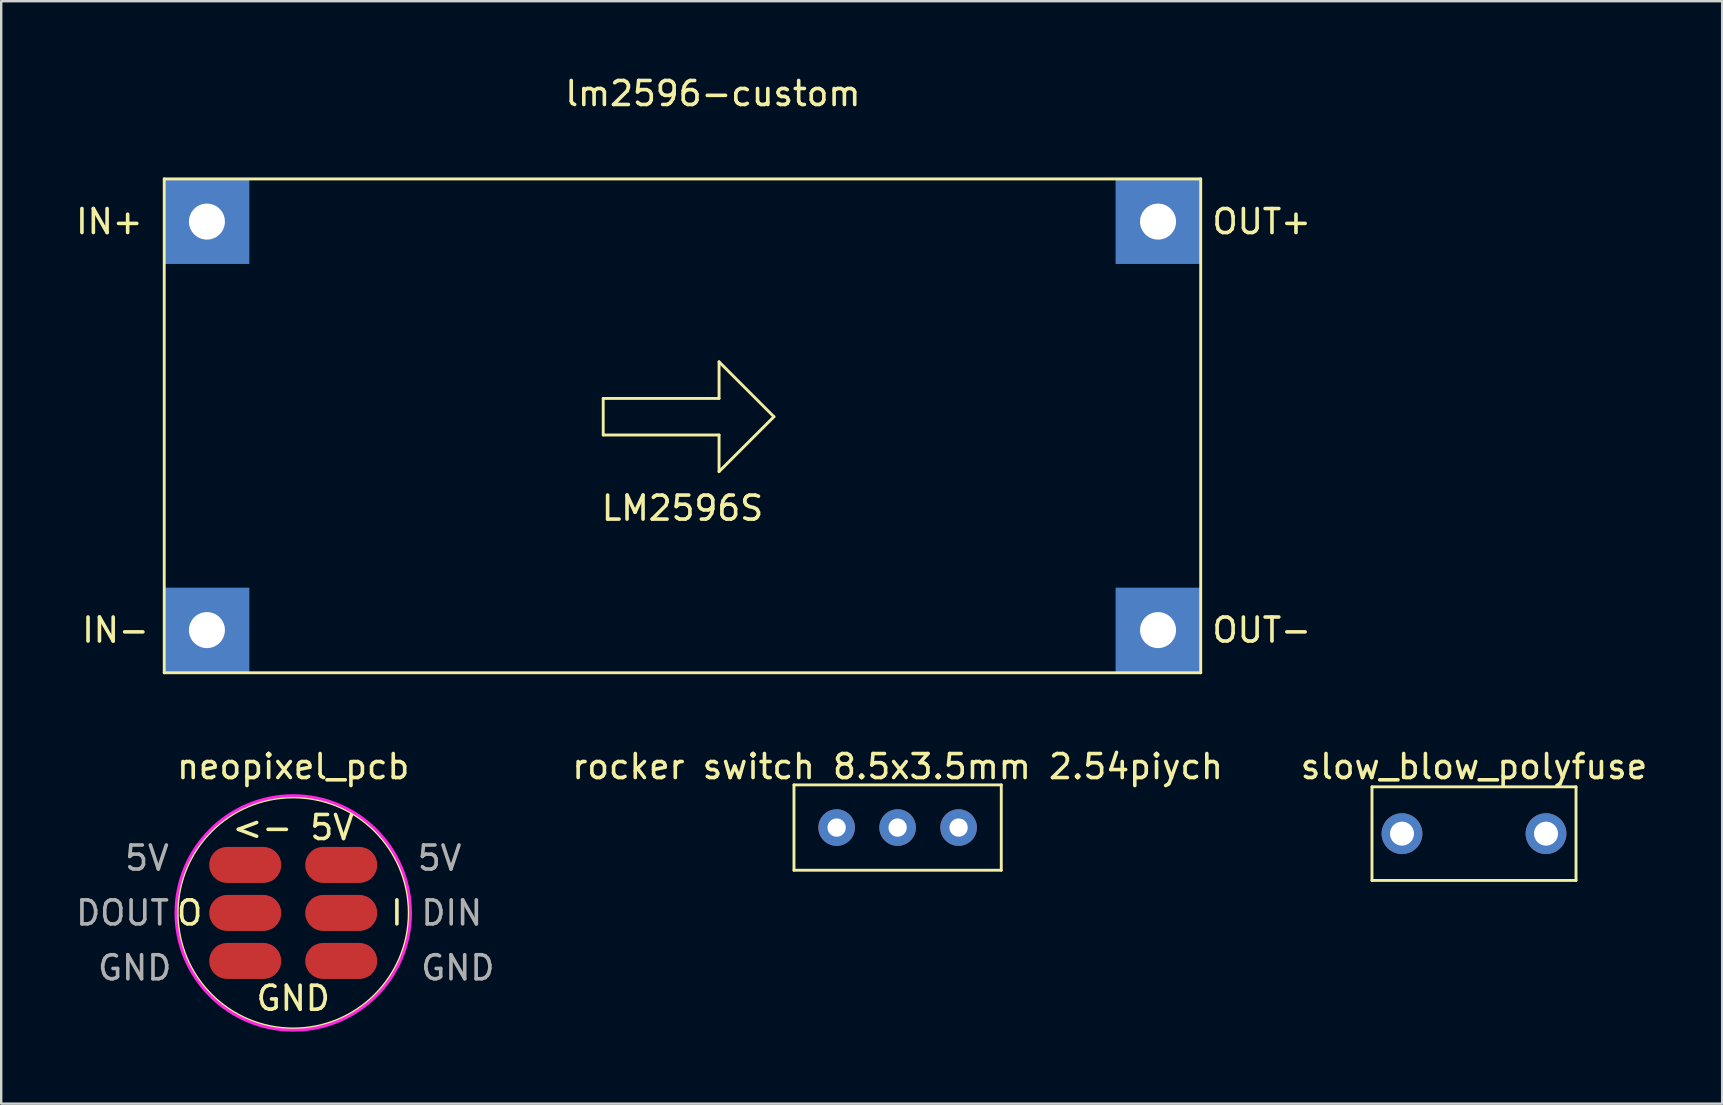
<source format=kicad_pcb>
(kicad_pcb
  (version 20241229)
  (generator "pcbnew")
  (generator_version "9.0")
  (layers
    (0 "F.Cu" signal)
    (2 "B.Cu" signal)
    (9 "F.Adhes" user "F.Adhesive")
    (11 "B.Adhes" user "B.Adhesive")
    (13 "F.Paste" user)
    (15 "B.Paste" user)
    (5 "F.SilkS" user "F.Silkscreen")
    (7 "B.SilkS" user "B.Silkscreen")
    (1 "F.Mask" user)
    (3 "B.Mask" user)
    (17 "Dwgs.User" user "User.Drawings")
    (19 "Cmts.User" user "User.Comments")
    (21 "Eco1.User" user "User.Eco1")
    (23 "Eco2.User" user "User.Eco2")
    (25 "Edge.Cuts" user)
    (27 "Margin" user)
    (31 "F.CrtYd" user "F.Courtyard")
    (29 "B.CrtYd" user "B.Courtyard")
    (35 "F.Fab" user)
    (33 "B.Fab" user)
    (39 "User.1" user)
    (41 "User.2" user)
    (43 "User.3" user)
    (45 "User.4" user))
  (footprint "neopixel_pcb"
    (layer "F.Cu")
    (at 9.166 34.983)
    (property "Reference" "neopixel_pcb" (at 0 -6.096 0) (layer "F.SilkS") (effects (font (size 1 1) (thickness 0.15))))
    (attr through_hole)
    (fp_circle (center 0 0) (end 4.826 0.254) (stroke (width 0.12) (type solid)) (fill no) (layer "F.SilkS"))
    (fp_circle (center 0 0) (end 4.826 0.762) (stroke (width 0.12) (type solid)) (fill no) (layer "F.CrtYd"))
    (fp_text user "GND" (at 0 3.556 0) (layer "F.SilkS") (effects (font (size 1 1) (thickness 0.15))))
    (fp_text user "O" (at -4.318 0 0) (layer "F.SilkS") (effects (font (size 1 1) (thickness 0.15))))
    (fp_text user "<- 5V" (at 0 -3.556 0) (layer "F.SilkS") (effects (font (size 1 1) (thickness 0.15))))
    (fp_text user "I" (at 4.318 0 0) (layer "F.SilkS") (effects (font (size 1 1) (thickness 0.15))))
    (fp_text user "5V" (at -6.096 -2.286 0) (layer "F.Fab") (effects (font (size 1 1) (thickness 0.15))))
    (fp_text user "GND" (at 6.858 2.286 0) (layer "F.Fab") (effects (font (size 1 1) (thickness 0.15))))
    (fp_text user "GND" (at -6.604 2.286 0) (layer "F.Fab") (effects (font (size 1 1) (thickness 0.15))))
    (fp_text user "DIN" (at 6.604 0 0) (layer "F.Fab") (effects (font (size 1 1) (thickness 0.15))))
    (fp_text user "5V" (at 6.096 -2.286 0) (layer "F.Fab") (effects (font (size 1 1) (thickness 0.15))))
    (fp_text user "DOUT" (at -7.112 0 0) (layer "F.Fab") (effects (font (size 1 1) (thickness 0.15))))
    (pad "1" smd oval (at 2 -2) (size 3 1.5) (layers "F.Cu" "F.Mask" "F.Paste"))
    (pad "2" smd oval (at 2 0) (size 3 1.5) (layers "F.Cu" "F.Mask" "F.Paste"))
    (pad "3" smd oval (at 2 2) (size 3 1.5) (layers "F.Cu" "F.Mask" "F.Paste"))
    (pad "4" smd oval (at -2 2) (size 3 1.5) (layers "F.Cu" "F.Mask" "F.Paste"))
    (pad "5" smd oval (at -2 0) (size 3 1.5) (layers "F.Cu" "F.Mask" "F.Paste"))
    (pad "6" smd oval (at -2 -2) (size 3 1.5) (layers "F.Cu" "F.Mask" "F.Paste")))
  (footprint "slow_blow_polyfuse"
    (layer "F.Cu")
    (at 58.357 31.68)
    (property "Reference" "slow_blow_polyfuse" (at 0 -2.794 0) (layer "F.SilkS") (effects (font (size 1 1) (thickness 0.15))))
    (attr through_hole)
    (fp_line (start -4.25 -1.95) (end 4.25 -1.95) (stroke (width 0.12) (type solid)) (layer "F.SilkS"))
    (fp_line (start -4.25 1.95) (end -4.25 -1.95) (stroke (width 0.12) (type solid)) (layer "F.SilkS"))
    (fp_line (start 4.25 -1.95) (end 4.25 1.95) (stroke (width 0.12) (type solid)) (layer "F.SilkS"))
    (fp_line (start 4.25 1.95) (end -4.25 1.95) (stroke (width 0.12) (type solid)) (layer "F.SilkS"))
    (pad "1" thru_hole circle (at -3 0) (size 1.7 1.7) (drill 1) (layers "*.Cu" "*.Mask"))
    (pad "2" thru_hole circle (at 3 0) (size 1.7 1.7) (drill 1) (layers "*.Cu" "*.Mask")))
  (footprint "rocker switch 8.5x3.5mm 2.54piych"
    (layer "F.Cu")
    (at 34.345 31.427)
    (property "Reference" "rocker switch 8.5x3.5mm 2.54piych" (at 0 -2.54 0) (layer "F.SilkS") (effects (font (size 1 1) (thickness 0.15))))
    (attr through_hole)
    (fp_line (start -4.318 -1.778) (end 4.318 -1.778) (stroke (width 0.12) (type solid)) (layer "F.SilkS"))
    (fp_line (start -4.318 1.778) (end -4.318 -1.778) (stroke (width 0.12) (type solid)) (layer "F.SilkS"))
    (fp_line (start 4.318 -1.778) (end 4.318 1.778) (stroke (width 0.12) (type solid)) (layer "F.SilkS"))
    (fp_line (start 4.318 1.778) (end -4.318 1.778) (stroke (width 0.12) (type solid)) (layer "F.SilkS"))
    (pad "1" thru_hole circle (at -2.54 0) (size 1.524 1.524) (drill 0.762) (layers "*.Cu" "*.Mask"))
    (pad "2" thru_hole circle (at 0 0) (size 1.524 1.524) (drill 0.762) (layers "*.Cu" "*.Mask"))
    (pad "3" thru_hole circle (at 2.54 0) (size 1.524 1.524) (drill 0.762) (layers "*.Cu" "*.Mask")))
  (footprint "lm2596-custom"
    (layer "F.Cu")
    (at 25.382 14.31)
    (property "Reference" "lm2596-custom" (at 1.27 -13.462 0) (layer "F.SilkS") (effects (font (size 1 1) (thickness 0.15))))
    (attr through_hole)
    (fp_line (start -21.59 -9.906) (end 21.59 -9.906) (stroke (width 0.12) (type solid)) (layer "F.SilkS"))
    (fp_line (start -21.59 10.668) (end -21.59 -9.906) (stroke (width 0.12) (type solid)) (layer "F.SilkS"))
    (fp_line (start -3.302 -0.762) (end -3.302 0.762) (stroke (width 0.12) (type solid)) (layer "F.SilkS"))
    (fp_line (start -3.302 -0.762) (end 1.524 -0.762) (stroke (width 0.12) (type solid)) (layer "F.SilkS"))
    (fp_line (start -3.302 0.762) (end 1.524 0.762) (stroke (width 0.12) (type solid)) (layer "F.SilkS"))
    (fp_line (start 1.524 -2.286) (end 3.81 0) (stroke (width 0.12) (type solid)) (layer "F.SilkS"))
    (fp_line (start 1.524 -0.762) (end 1.524 -2.286) (stroke (width 0.12) (type solid)) (layer "F.SilkS"))
    (fp_line (start 1.524 0.762) (end 1.524 2.286) (stroke (width 0.12) (type solid)) (layer "F.SilkS"))
    (fp_line (start 1.524 2.286) (end 3.81 0) (stroke (width 0.12) (type solid)) (layer "F.SilkS"))
    (fp_line (start 21.59 -9.906) (end 21.59 10.668) (stroke (width 0.12) (type solid)) (layer "F.SilkS"))
    (fp_line (start 21.59 10.668) (end -21.59 10.668) (stroke (width 0.12) (type solid)) (layer "F.SilkS"))
    (fp_text user "OUT-" (at 24.13 8.89 0) (layer "F.SilkS") (effects (font (size 1 1) (thickness 0.15))))
    (fp_text user "IN-" (at -23.622 8.89 0) (layer "F.SilkS") (effects (font (size 1 1) (thickness 0.15))))
    (fp_text user "LM2596S" (at 0 3.81 0) (layer "F.SilkS") (effects (font (size 1 1) (thickness 0.15))))
    (fp_text user "OUT+" (at 24.13 -8.128 0) (layer "F.SilkS") (effects (font (size 1 1) (thickness 0.15))))
    (fp_text user "IN+" (at -23.876 -8.128 0) (layer "F.SilkS") (effects (font (size 1 1) (thickness 0.15))))
    (pad "1" thru_hole rect (at -19.812 -8.128) (size 3.524 3.524) (drill 1.5) (layers "*.Cu" "*.Mask"))
    (pad "2" thru_hole rect (at -19.812 8.89) (size 3.524 3.524) (drill 1.5) (layers "*.Cu" "*.Mask"))
    (pad "3" thru_hole rect (at 19.812 8.89) (size 3.524 3.524) (drill 1.5) (layers "*.Cu" "*.Mask"))
    (pad "4" thru_hole rect (at 19.812 -8.128) (size 3.524 3.524) (drill 1.5) (layers "*.Cu" "*.Mask")))
  (gr_rect
    (start -3 -3)
    (end 68.696 42.928)
    (stroke (width 0.1) (type default))
    (fill no)
    (layer "Edge.Cuts")))
</source>
